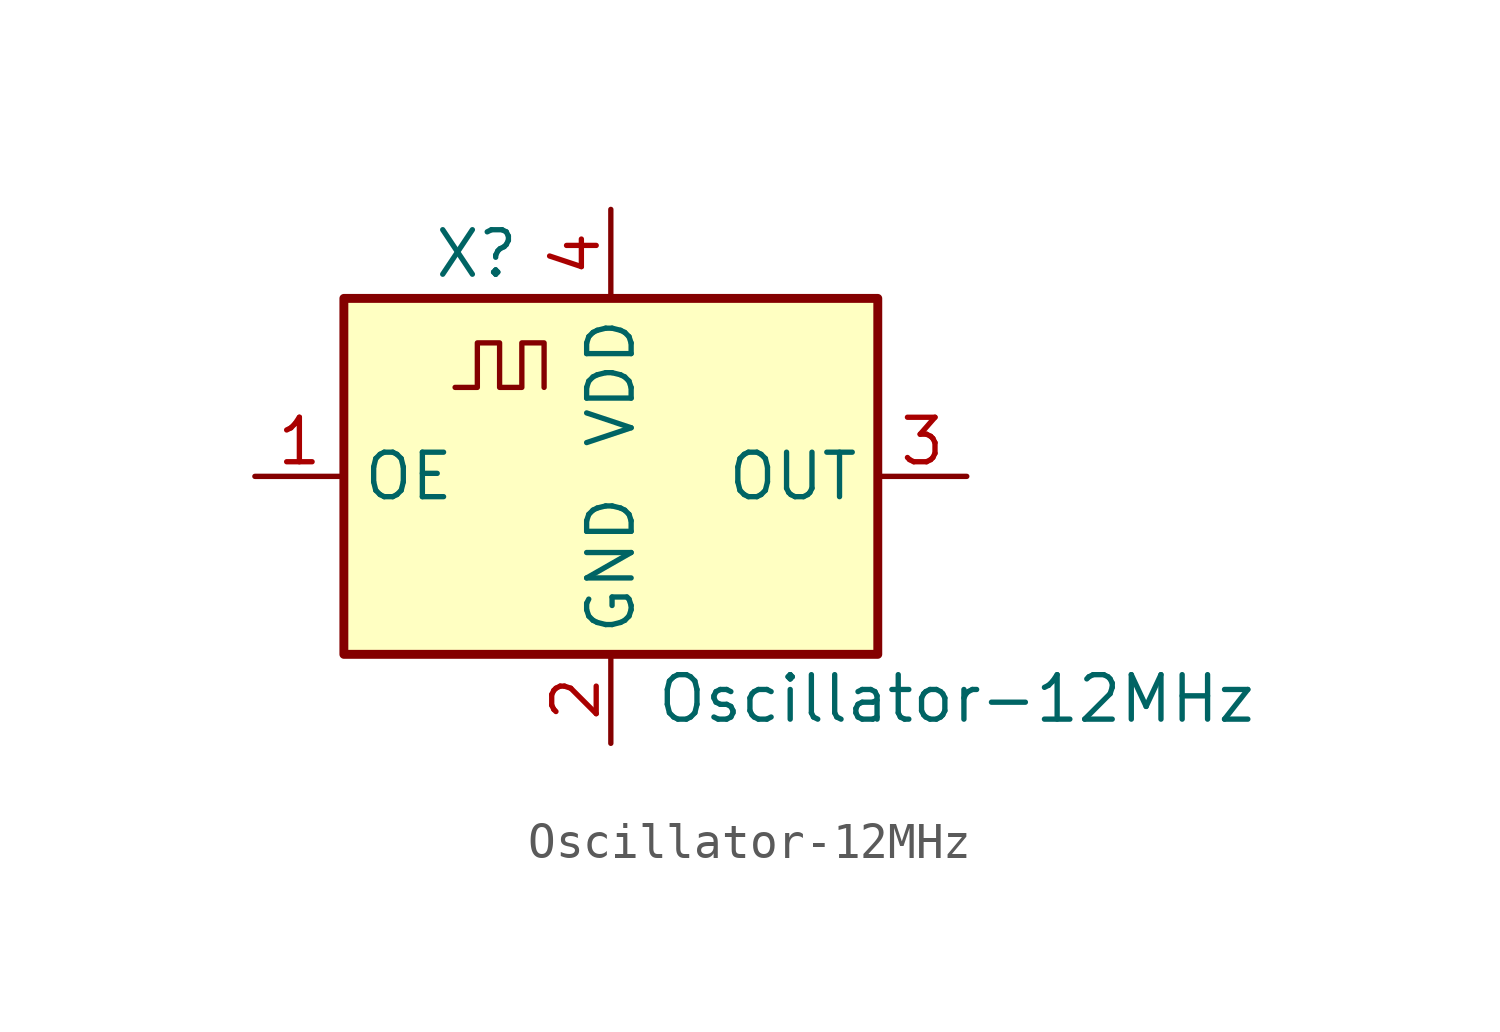
<source format=kicad_sym>
(kicad_symbol_lib
  (version 20231120)
  (generator "kicad_symbol_editor")
  (generator_version "8.0")
  (symbol "Oscillator-12MHz"
    (property "Reference" "X"
      (at -5.08 6.35 0)
      (effects (font (size 1.27 1.27)) (justify left)))
    (property "Value" "Oscillator-12MHz"
      (at 1.27 -6.35 0)
      (effects (font (size 1.27 1.27)) (justify left)))
    (symbol "Oscillator-12MHz_0_1"
      (rectangle (start -7.62 5.08) (end 7.62 -5.08) (stroke (width 0.254) (type default)) (fill (type background)))
      (polyline (pts (xy -4.445 2.54) (xy -3.81 2.54) (xy -3.81 3.81) (xy -3.175 3.81) (xy -3.175 2.54) (xy -2.54 2.54) (xy -2.54 3.81) (xy -1.905 3.81) (xy -1.905 2.54)) (stroke (width 0) (type default)) (fill (type none))))
    (symbol "Oscillator-12MHz_1_1"
      (pin input line (at -10.16 0 0) (length 2.54) (name "OE" (effects (font (size 1.27 1.27)))) (number "1" (effects (font (size 1.27 1.27)))))
      (pin power_in line (at 0 -7.62 90) (length 2.54) (name "GND" (effects (font (size 1.27 1.27)))) (number "2" (effects (font (size 1.27 1.27)))))
      (pin output line (at 10.16 0 180) (length 2.54) (name "OUT" (effects (font (size 1.27 1.27)))) (number "3" (effects (font (size 1.27 1.27)))))
      (pin power_in line (at 0 7.62 270) (length 2.54) (name "VDD" (effects (font (size 1.27 1.27)))) (number "4" (effects (font (size 1.27 1.27))))))))
</source>
